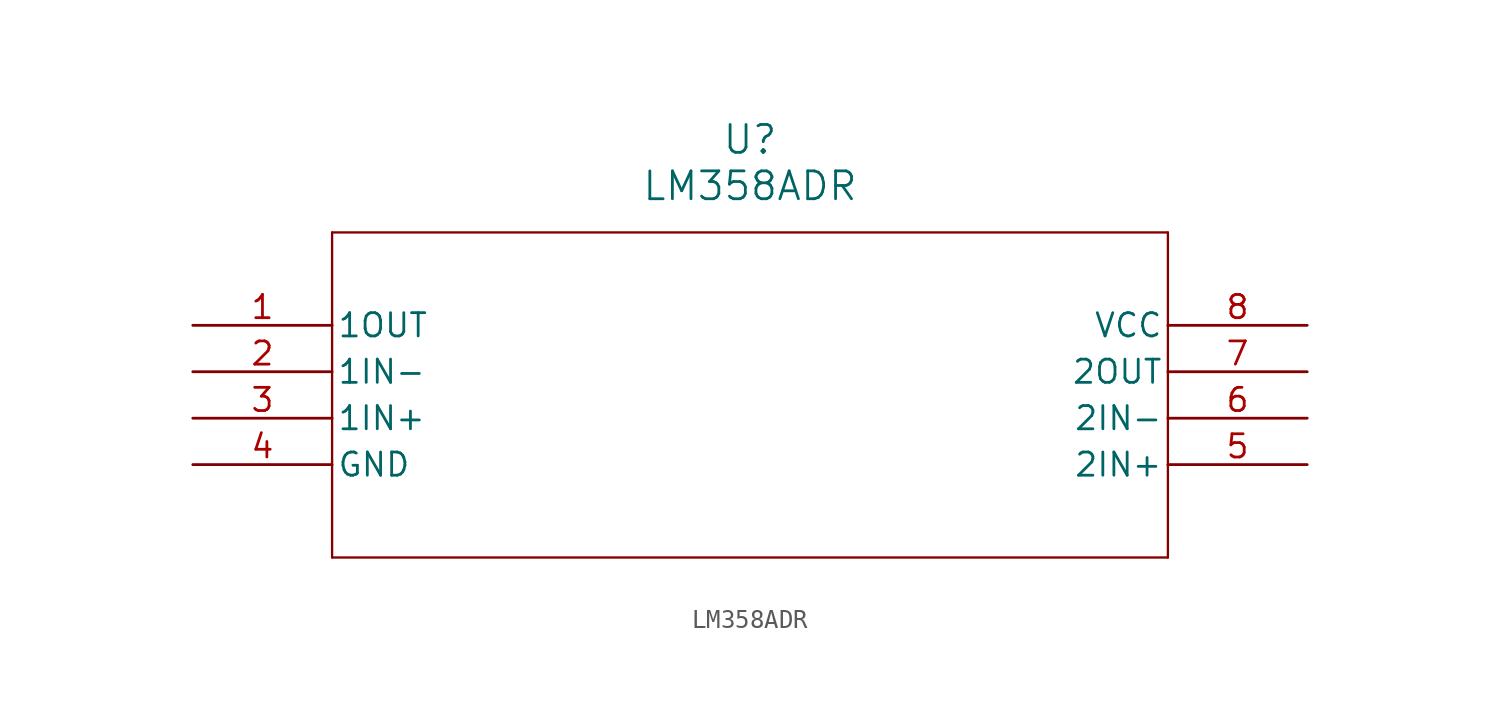
<source format=kicad_sym>
(kicad_symbol_lib
  (version 20211014)
  (generator kicad_symbol_editor)
  (symbol "LM358ADR"
    (pin_names
      (offset 0.254))
    (property "Reference" "U"
      (at 30.48 10.16 0)
      (effects (font (size 1.524 1.524))))
    (property "Value" "LM358ADR"
      (at 30.48 7.62 0)
      (effects (font (size 1.524 1.524))))
    (symbol "LM358ADR_0_1"
      (polyline (pts (xy 7.62 5.08) (xy 7.62 -12.7)) (stroke (width 0.127) (type default) (color 0 0 0 0)) (fill (type none)))
      (polyline (pts (xy 7.62 -12.7) (xy 53.34 -12.7)) (stroke (width 0.127) (type default) (color 0 0 0 0)) (fill (type none)))
      (polyline (pts (xy 53.34 -12.7) (xy 53.34 5.08)) (stroke (width 0.127) (type default) (color 0 0 0 0)) (fill (type none)))
      (polyline (pts (xy 53.34 5.08) (xy 7.62 5.08)) (stroke (width 0.127) (type default) (color 0 0 0 0)) (fill (type none)))
      (pin output line (at 0 0 0) (length 7.62) (name "1OUT" (effects (font (size 1.27 1.27)))) (number "1" (effects (font (size 1.27 1.27)))))
      (pin input line (at 0 -2.54 0) (length 7.62) (name "1IN-" (effects (font (size 1.27 1.27)))) (number "2" (effects (font (size 1.27 1.27)))))
      (pin input line (at 0 -5.08 0) (length 7.62) (name "1IN+" (effects (font (size 1.27 1.27)))) (number "3" (effects (font (size 1.27 1.27)))))
      (pin power_in line (at 0 -7.62 0) (length 7.62) (name "GND" (effects (font (size 1.27 1.27)))) (number "4" (effects (font (size 1.27 1.27)))))
      (pin input line (at 60.96 -7.62 180) (length 7.62) (name "2IN+" (effects (font (size 1.27 1.27)))) (number "5" (effects (font (size 1.27 1.27)))))
      (pin input line (at 60.96 -5.08 180) (length 7.62) (name "2IN-" (effects (font (size 1.27 1.27)))) (number "6" (effects (font (size 1.27 1.27)))))
      (pin output line (at 60.96 -2.54 180) (length 7.62) (name "2OUT" (effects (font (size 1.27 1.27)))) (number "7" (effects (font (size 1.27 1.27)))))
      (pin power_in line (at 60.96 0 180) (length 7.62) (name "VCC" (effects (font (size 1.27 1.27)))) (number "8" (effects (font (size 1.27 1.27))))))))
</source>
